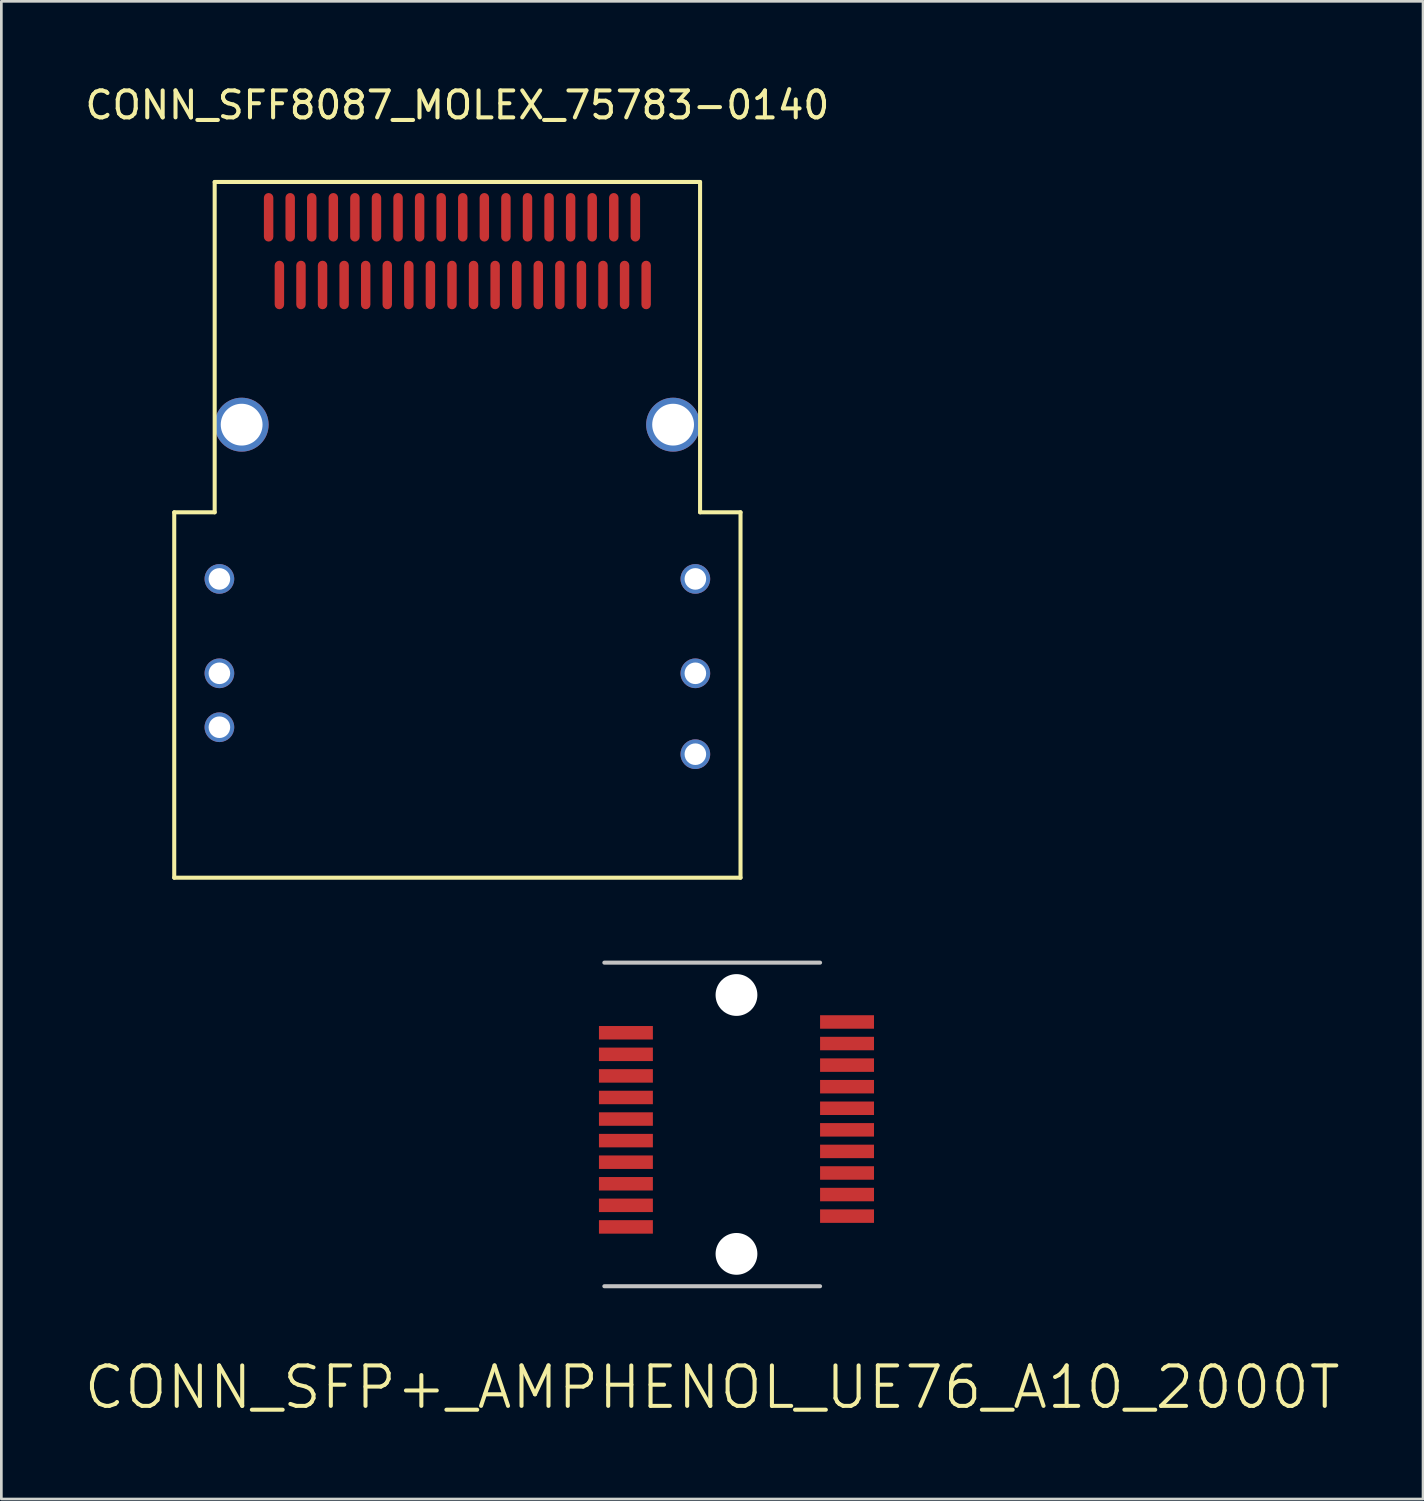
<source format=kicad_pcb>
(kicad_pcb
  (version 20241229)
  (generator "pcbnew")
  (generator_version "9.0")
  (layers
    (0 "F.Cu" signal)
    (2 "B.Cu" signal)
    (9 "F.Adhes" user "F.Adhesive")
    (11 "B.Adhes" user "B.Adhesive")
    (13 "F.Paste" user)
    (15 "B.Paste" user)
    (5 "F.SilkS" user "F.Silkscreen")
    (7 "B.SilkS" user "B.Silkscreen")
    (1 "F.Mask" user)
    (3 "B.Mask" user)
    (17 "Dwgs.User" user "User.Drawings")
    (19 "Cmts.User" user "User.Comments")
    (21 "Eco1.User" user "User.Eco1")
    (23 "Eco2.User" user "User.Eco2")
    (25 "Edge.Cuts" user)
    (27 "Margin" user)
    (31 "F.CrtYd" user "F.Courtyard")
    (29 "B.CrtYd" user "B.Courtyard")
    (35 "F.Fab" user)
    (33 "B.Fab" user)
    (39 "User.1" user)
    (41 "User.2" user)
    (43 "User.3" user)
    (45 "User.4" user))
  (footprint "CONN_SFF8087_MOLEX_75783-0140"
    (layer "F.Cu")
    (at 13.911 12.698)
    (property "Reference" "CONN_SFF8087_MOLEX_75783-0140" (at 0 -11.85 0) (layer "F.SilkS") (effects (font (size 1 1) (thickness 0.15))))
    (attr through_hole)
    (fp_line (start -10.5 3.25) (end -10.5 16.8) (stroke (width 0.15) (type solid)) (layer "F.SilkS"))
    (fp_line (start -10.5 16.8) (end 10.5 16.8) (stroke (width 0.15) (type solid)) (layer "F.SilkS"))
    (fp_line (start -9 -9) (end -9 3.25) (stroke (width 0.15) (type solid)) (layer "F.SilkS"))
    (fp_line (start -9 -9) (end 9 -9) (stroke (width 0.15) (type solid)) (layer "F.SilkS"))
    (fp_line (start -9 3.25) (end -10.5 3.25) (stroke (width 0.15) (type solid)) (layer "F.SilkS"))
    (fp_line (start 9 -9) (end 9 3.25) (stroke (width 0.15) (type solid)) (layer "F.SilkS"))
    (fp_line (start 9 3.25) (end 10.5 3.25) (stroke (width 0.15) (type solid)) (layer "F.SilkS"))
    (fp_line (start 10.5 3.25) (end 10.5 16.8) (stroke (width 0.15) (type solid)) (layer "F.SilkS"))
    (pad "A1" smd roundrect (at -6.6 -5.18) (size 0.35 1.8) (layers "F.Cu" "F.Mask" "F.Paste") (roundrect_rratio 0.5))
    (pad "A2" smd roundrect (at -5.8 -5.18) (size 0.35 1.8) (layers "F.Cu" "F.Mask" "F.Paste") (roundrect_rratio 0.5))
    (pad "A3" smd roundrect (at -5 -5.18) (size 0.35 1.8) (layers "F.Cu" "F.Mask" "F.Paste") (roundrect_rratio 0.5))
    (pad "A4" smd roundrect (at -4.2 -5.18) (size 0.35 1.8) (layers "F.Cu" "F.Mask" "F.Paste") (roundrect_rratio 0.5))
    (pad "A5" smd roundrect (at -3.4 -5.18) (size 0.35 1.8) (layers "F.Cu" "F.Mask" "F.Paste") (roundrect_rratio 0.5))
    (pad "A6" smd roundrect (at -2.6 -5.18) (size 0.35 1.8) (layers "F.Cu" "F.Mask" "F.Paste") (roundrect_rratio 0.5))
    (pad "A7" smd roundrect (at -1.8 -5.18) (size 0.35 1.8) (layers "F.Cu" "F.Mask" "F.Paste") (roundrect_rratio 0.5))
    (pad "A8" smd roundrect (at -1 -5.18) (size 0.35 1.8) (layers "F.Cu" "F.Mask" "F.Paste") (roundrect_rratio 0.5))
    (pad "A9" smd roundrect (at -0.2 -5.18) (size 0.35 1.8) (layers "F.Cu" "F.Mask" "F.Paste") (roundrect_rratio 0.5))
    (pad "A10" smd roundrect (at 0.6 -5.18) (size 0.35 1.8) (layers "F.Cu" "F.Mask" "F.Paste") (roundrect_rratio 0.5))
    (pad "A11" smd roundrect (at 1.4 -5.18) (size 0.35 1.8) (layers "F.Cu" "F.Mask" "F.Paste") (roundrect_rratio 0.5))
    (pad "A12" smd roundrect (at 2.2 -5.18) (size 0.35 1.8) (layers "F.Cu" "F.Mask" "F.Paste") (roundrect_rratio 0.5))
    (pad "A13" smd roundrect (at 3 -5.18) (size 0.35 1.8) (layers "F.Cu" "F.Mask" "F.Paste") (roundrect_rratio 0.5))
    (pad "A14" smd roundrect (at 3.8 -5.18) (size 0.35 1.8) (layers "F.Cu" "F.Mask" "F.Paste") (roundrect_rratio 0.5))
    (pad "A15" smd roundrect (at 4.6 -5.18) (size 0.35 1.8) (layers "F.Cu" "F.Mask" "F.Paste") (roundrect_rratio 0.5))
    (pad "A16" smd roundrect (at 5.4 -5.18) (size 0.35 1.8) (layers "F.Cu" "F.Mask" "F.Paste") (roundrect_rratio 0.5))
    (pad "A17" smd roundrect (at 6.2 -5.18) (size 0.35 1.8) (layers "F.Cu" "F.Mask" "F.Paste") (roundrect_rratio 0.5))
    (pad "A18" smd roundrect (at 7 -5.18) (size 0.35 1.8) (layers "F.Cu" "F.Mask" "F.Paste") (roundrect_rratio 0.5))
    (pad "B1" smd roundrect (at -7 -7.69) (size 0.35 1.8) (layers "F.Cu" "F.Mask" "F.Paste") (roundrect_rratio 0.5))
    (pad "B2" smd roundrect (at -6.2 -7.69) (size 0.35 1.8) (layers "F.Cu" "F.Mask" "F.Paste") (roundrect_rratio 0.5))
    (pad "B3" smd roundrect (at -5.4 -7.69) (size 0.35 1.8) (layers "F.Cu" "F.Mask" "F.Paste") (roundrect_rratio 0.5))
    (pad "B4" smd roundrect (at -4.6 -7.69) (size 0.35 1.8) (layers "F.Cu" "F.Mask" "F.Paste") (roundrect_rratio 0.5))
    (pad "B5" smd roundrect (at -3.8 -7.69) (size 0.35 1.8) (layers "F.Cu" "F.Mask" "F.Paste") (roundrect_rratio 0.5))
    (pad "B6" smd roundrect (at -3 -7.69) (size 0.35 1.8) (layers "F.Cu" "F.Mask" "F.Paste") (roundrect_rratio 0.5))
    (pad "B7" smd roundrect (at -2.2 -7.69) (size 0.35 1.8) (layers "F.Cu" "F.Mask" "F.Paste") (roundrect_rratio 0.5))
    (pad "B8" smd roundrect (at -1.4 -7.69) (size 0.35 1.8) (layers "F.Cu" "F.Mask" "F.Paste") (roundrect_rratio 0.5))
    (pad "B9" smd roundrect (at -0.6 -7.69) (size 0.35 1.8) (layers "F.Cu" "F.Mask" "F.Paste") (roundrect_rratio 0.5))
    (pad "B10" smd roundrect (at 0.2 -7.69) (size 0.35 1.8) (layers "F.Cu" "F.Mask" "F.Paste") (roundrect_rratio 0.5))
    (pad "B11" smd roundrect (at 1 -7.69) (size 0.35 1.8) (layers "F.Cu" "F.Mask" "F.Paste") (roundrect_rratio 0.5))
    (pad "B12" smd roundrect (at 1.8 -7.69) (size 0.35 1.8) (layers "F.Cu" "F.Mask" "F.Paste") (roundrect_rratio 0.5))
    (pad "B13" smd roundrect (at 2.6 -7.69) (size 0.35 1.8) (layers "F.Cu" "F.Mask" "F.Paste") (roundrect_rratio 0.5))
    (pad "B14" smd roundrect (at 3.4 -7.69) (size 0.35 1.8) (layers "F.Cu" "F.Mask" "F.Paste") (roundrect_rratio 0.5))
    (pad "B15" smd roundrect (at 4.2 -7.69) (size 0.35 1.8) (layers "F.Cu" "F.Mask" "F.Paste") (roundrect_rratio 0.5))
    (pad "B16" smd roundrect (at 5 -7.69) (size 0.35 1.8) (layers "F.Cu" "F.Mask" "F.Paste") (roundrect_rratio 0.5))
    (pad "B17" smd roundrect (at 5.8 -7.69) (size 0.35 1.8) (layers "F.Cu" "F.Mask" "F.Paste") (roundrect_rratio 0.5))
    (pad "B18" smd roundrect (at 6.6 -7.69) (size 0.35 1.8) (layers "F.Cu" "F.Mask" "F.Paste") (roundrect_rratio 0.5))
    (pad "SHLD" thru_hole circle (at -8.825 5.72) (size 1.1 1.1) (drill 0.8) (layers "*.Cu" "*.Mask"))
    (pad "SHLD" thru_hole circle (at -8.825 9.22) (size 1.1 1.1) (drill 0.8) (layers "*.Cu" "*.Mask"))
    (pad "SHLD" thru_hole circle (at -8.825 11.22) (size 1.1 1.1) (drill 0.8) (layers "*.Cu" "*.Mask"))
    (pad "SHLD" thru_hole circle (at -8 0) (size 2 2) (drill 1.55) (layers "*.Cu" "*.Mask"))
    (pad "SHLD" thru_hole circle (at 8 0) (size 2 2) (drill 1.55) (layers "*.Cu" "*.Mask"))
    (pad "SHLD" thru_hole circle (at 8.825 5.72) (size 1.1 1.1) (drill 0.8) (layers "*.Cu" "*.Mask"))
    (pad "SHLD" thru_hole circle (at 8.825 9.22) (size 1.1 1.1) (drill 0.8) (layers "*.Cu" "*.Mask"))
    (pad "SHLD" thru_hole circle (at 8.825 12.22) (size 1.1 1.1) (drill 0.8) (layers "*.Cu" "*.Mask")))
  (footprint "CONN_SFP+_AMPHENOL_UE76_A10_2000T"
    (layer "F.Cu")
    (at 23.361 38.648)
    (property "Reference" "CONN_SFP+_AMPHENOL_UE76_A10_2000T" (at 0 9.75 0) (layer "F.SilkS") (effects (font (size 1.5 1.5) (thickness 0.15))))
    (attr smd)
    (fp_line (start -4 -6) (end 4 -6) (stroke (width 0.15) (type solid)) (layer "Dwgs.User"))
    (fp_line (start -4 6) (end 4 6) (stroke (width 0.15) (type solid)) (layer "Dwgs.User"))
    (pad "" np_thru_hole circle (at 0.9 -4.8) (size 1.55 1.55) (drill 1.55) (layers "*.Cu" "*.Mask"))
    (pad "" np_thru_hole circle (at 0.9 4.8) (size 1.55 1.55) (drill 1.55) (layers "*.Cu" "*.Mask"))
    (pad "1" smd rect (at -3.2 -3.4) (size 2 0.5) (layers "F.Cu" "F.Mask" "F.Paste"))
    (pad "2" smd rect (at -3.2 -2.6) (size 2 0.5) (layers "F.Cu" "F.Mask" "F.Paste"))
    (pad "3" smd rect (at -3.2 -1.8) (size 2 0.5) (layers "F.Cu" "F.Mask" "F.Paste"))
    (pad "4" smd rect (at -3.2 -1) (size 2 0.5) (layers "F.Cu" "F.Mask" "F.Paste"))
    (pad "5" smd rect (at -3.2 -0.2) (size 2 0.5) (layers "F.Cu" "F.Mask" "F.Paste"))
    (pad "6" smd rect (at -3.2 0.6) (size 2 0.5) (layers "F.Cu" "F.Mask" "F.Paste"))
    (pad "7" smd rect (at -3.2 1.4) (size 2 0.5) (layers "F.Cu" "F.Mask" "F.Paste"))
    (pad "8" smd rect (at -3.2 2.2) (size 2 0.5) (layers "F.Cu" "F.Mask" "F.Paste"))
    (pad "9" smd rect (at -3.2 3) (size 2 0.5) (layers "F.Cu" "F.Mask" "F.Paste"))
    (pad "10" smd rect (at -3.2 3.8) (size 2 0.5) (layers "F.Cu" "F.Mask" "F.Paste"))
    (pad "11" smd rect (at 5 3.4) (size 2 0.5) (layers "F.Cu" "F.Mask" "F.Paste"))
    (pad "12" smd rect (at 5 2.6) (size 2 0.5) (layers "F.Cu" "F.Mask" "F.Paste"))
    (pad "13" smd rect (at 5 1.8) (size 2 0.5) (layers "F.Cu" "F.Mask" "F.Paste"))
    (pad "14" smd rect (at 5 1) (size 2 0.5) (layers "F.Cu" "F.Mask" "F.Paste"))
    (pad "15" smd rect (at 5 0.2) (size 2 0.5) (layers "F.Cu" "F.Mask" "F.Paste"))
    (pad "16" smd rect (at 5 -0.6) (size 2 0.5) (layers "F.Cu" "F.Mask" "F.Paste"))
    (pad "17" smd rect (at 5 -1.4) (size 2 0.5) (layers "F.Cu" "F.Mask" "F.Paste"))
    (pad "18" smd rect (at 5 -2.2) (size 2 0.5) (layers "F.Cu" "F.Mask" "F.Paste"))
    (pad "19" smd rect (at 5 -3) (size 2 0.5) (layers "F.Cu" "F.Mask" "F.Paste"))
    (pad "20" smd rect (at 5 -3.8) (size 2 0.5) (layers "F.Cu" "F.Mask" "F.Paste")))
  (gr_rect
    (start -3 -3)
    (end 49.721 52.539)
    (stroke (width 0.1) (type default))
    (fill no)
    (layer "Edge.Cuts")))
</source>
